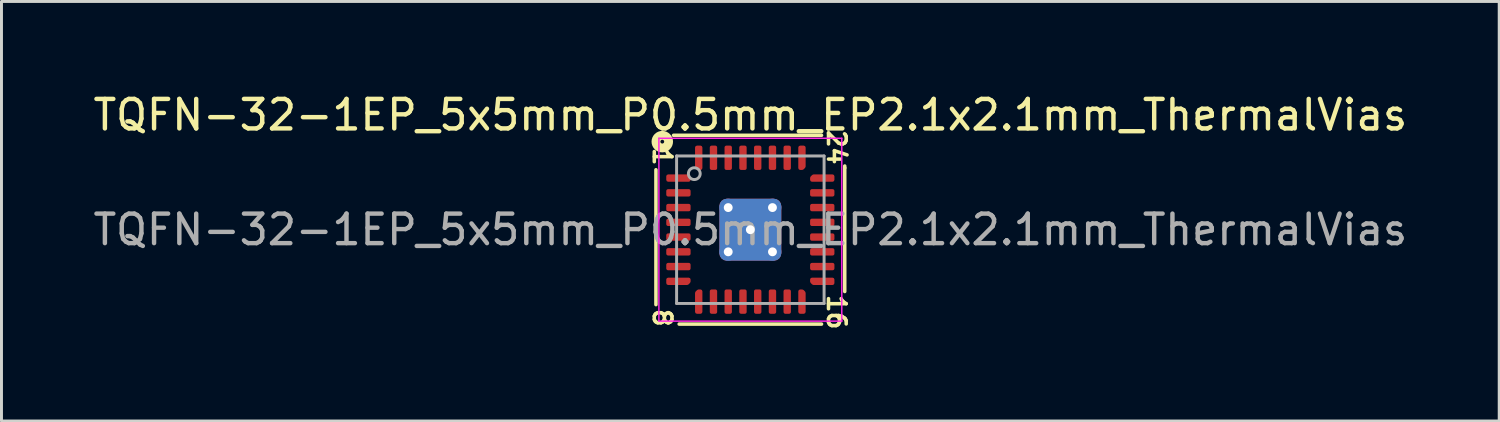
<source format=kicad_pcb>
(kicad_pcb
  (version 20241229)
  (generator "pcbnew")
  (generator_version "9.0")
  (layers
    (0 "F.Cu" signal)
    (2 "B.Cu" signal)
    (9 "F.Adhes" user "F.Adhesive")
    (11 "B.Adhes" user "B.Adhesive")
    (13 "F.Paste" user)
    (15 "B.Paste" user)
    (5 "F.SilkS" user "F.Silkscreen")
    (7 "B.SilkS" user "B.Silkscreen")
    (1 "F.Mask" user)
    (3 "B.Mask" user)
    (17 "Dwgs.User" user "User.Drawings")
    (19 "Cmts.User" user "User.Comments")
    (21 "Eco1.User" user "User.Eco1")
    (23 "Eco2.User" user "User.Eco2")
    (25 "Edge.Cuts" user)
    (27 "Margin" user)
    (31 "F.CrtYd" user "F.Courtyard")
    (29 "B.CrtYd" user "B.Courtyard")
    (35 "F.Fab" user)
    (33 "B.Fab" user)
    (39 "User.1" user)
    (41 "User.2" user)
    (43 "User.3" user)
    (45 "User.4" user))
  (footprint "TQFN-32-1EP_5x5mm_P0.5mm_EP2.1x2.1mm_ThermalVias"
    (layer "F.Cu")
    (at 22.387 4.737)
    (property "Reference" "TQFN-32-1EP_5x5mm_P0.5mm_EP2.1x2.1mm_ThermalVias" (at 0 -3.889 0) (layer "F.SilkS") (effects (font (size 1 1) (thickness 0.15))))
    (attr smd)
    (fp_line (start -3.2 -2.032) (end -3.2 2.54) (stroke (width 0.12) (type solid)) (layer "F.SilkS"))
    (fp_line (start -2.413 3.2) (end 2.413 3.2) (stroke (width 0.12) (type solid)) (layer "F.SilkS"))
    (fp_line (start 2.413 -3.2) (end -2.603 -3.2) (stroke (width 0.12) (type solid)) (layer "F.SilkS"))
    (fp_line (start 3.2 -2.095) (end 3.2 -2.159) (stroke (width 0.12) (type solid)) (layer "F.SilkS"))
    (fp_line (start 3.2 2.095) (end 3.2 -2.095) (stroke (width 0.12) (type solid)) (layer "F.SilkS"))
    (fp_circle (center -2.985 -2.985) (end -2.921 -2.985) (stroke (width 0.3) (type solid)) (fill no) (layer "F.SilkS"))
    (fp_line (start -3.1 -3.1) (end -3.1 3.1) (stroke (width 0.05) (type solid)) (layer "F.CrtYd"))
    (fp_line (start -3.1 3.1) (end 3.1 3.1) (stroke (width 0.05) (type solid)) (layer "F.CrtYd"))
    (fp_line (start 3.1 -3.1) (end -3.1 -3.1) (stroke (width 0.05) (type solid)) (layer "F.CrtYd"))
    (fp_line (start 3.1 3.1) (end 3.1 -3.1) (stroke (width 0.05) (type solid)) (layer "F.CrtYd"))
    (fp_line (start -2.5 -2.5) (end 2.5 -2.5) (stroke (width 0.1) (type solid)) (layer "F.Fab"))
    (fp_line (start -2.5 2.5) (end -2.5 -2.5) (stroke (width 0.1) (type solid)) (layer "F.Fab"))
    (fp_line (start 2.5 -2.5) (end 2.5 2.5) (stroke (width 0.1) (type solid)) (layer "F.Fab"))
    (fp_line (start 2.5 2.5) (end -2.5 2.5) (stroke (width 0.1) (type solid)) (layer "F.Fab"))
    (fp_circle (center -1.9 -1.9) (end -1.7 -1.9) (stroke (width 0.1) (type solid)) (fill no) (layer "F.Fab"))
    (fp_text user "24" (at 2.921 -2.794 270) (unlocked yes) (layer "F.SilkS") (effects (font (size 0.6 0.6) (thickness 0.12))))
    (fp_text user "1" (at -2.985 -2.477 270) (unlocked yes) (layer "F.SilkS") (effects (font (size 0.6 0.6) (thickness 0.12))))
    (fp_text user "8" (at -2.985 2.985 270) (unlocked yes) (layer "F.SilkS") (effects (font (size 0.6 0.6) (thickness 0.12))))
    (fp_text user "16" (at 2.921 2.794 270) (unlocked yes) (layer "F.SilkS") (effects (font (size 0.6 0.6) (thickness 0.12))))
    (fp_text user "${REFERENCE}" (at 0 0 0) (layer "F.Fab") (effects (font (size 1 1) (thickness 0.15))))
    (pad "" smd roundrect (at -0.5 -0.5) (size 0.8 0.8) (layers "F.Paste") (roundrect_rratio 0.25))
    (pad "" smd roundrect (at -0.5 0.5) (size 0.8 0.8) (layers "F.Paste") (roundrect_rratio 0.25))
    (pad "" smd roundrect (at 0.5 -0.5) (size 0.8 0.8) (layers "F.Paste") (roundrect_rratio 0.25))
    (pad "" smd roundrect (at 0.5 0.5) (size 0.8 0.8) (layers "F.Paste") (roundrect_rratio 0.25))
    (pad "1" smd custom (at -2.438 -1.75) (size 0.186 0.186) (layers "F.Cu" "F.Mask" "F.Paste") (options (anchor circle)) (primitives (gr_poly (pts (xy 0.35 -0.009) (xy 0.35 0.062) (xy -0.35 0.062) (xy -0.35 -0.062) (xy 0.297 -0.062)) (width 0.125) (fill yes))))
    (pad "2" smd roundrect (at -2.438 -1.25) (size 0.825 0.25) (layers "F.Cu" "F.Mask" "F.Paste") (roundrect_rratio 0.25))
    (pad "3" smd roundrect (at -2.438 -0.75) (size 0.825 0.25) (layers "F.Cu" "F.Mask" "F.Paste") (roundrect_rratio 0.25))
    (pad "4" smd roundrect (at -2.438 -0.25) (size 0.825 0.25) (layers "F.Cu" "F.Mask" "F.Paste") (roundrect_rratio 0.25))
    (pad "5" smd roundrect (at -2.438 0.25) (size 0.825 0.25) (layers "F.Cu" "F.Mask" "F.Paste") (roundrect_rratio 0.25))
    (pad "6" smd roundrect (at -2.438 0.75) (size 0.825 0.25) (layers "F.Cu" "F.Mask" "F.Paste") (roundrect_rratio 0.25))
    (pad "7" smd roundrect (at -2.438 1.25) (size 0.825 0.25) (layers "F.Cu" "F.Mask" "F.Paste") (roundrect_rratio 0.25))
    (pad "8" smd custom (at -2.438 1.75) (size 0.186 0.186) (layers "F.Cu" "F.Mask" "F.Paste") (options (anchor circle)) (primitives (gr_poly (pts (xy 0.35 0.009) (xy 0.297 0.062) (xy -0.35 0.062) (xy -0.35 -0.062) (xy 0.35 -0.062)) (width 0.125) (fill yes))))
    (pad "9" smd custom (at -1.75 2.438) (size 0.186 0.186) (layers "F.Cu" "F.Mask" "F.Paste") (options (anchor circle)) (primitives (gr_poly (pts (xy 0.062 0.35) (xy -0.062 0.35) (xy -0.062 -0.297) (xy -0.009 -0.35) (xy 0.062 -0.35)) (width 0.125) (fill yes))))
    (pad "10" smd roundrect (at -1.25 2.438) (size 0.25 0.825) (layers "F.Cu" "F.Mask" "F.Paste") (roundrect_rratio 0.25))
    (pad "11" smd roundrect (at -0.75 2.438) (size 0.25 0.825) (layers "F.Cu" "F.Mask" "F.Paste") (roundrect_rratio 0.25))
    (pad "12" smd roundrect (at -0.25 2.438) (size 0.25 0.825) (layers "F.Cu" "F.Mask" "F.Paste") (roundrect_rratio 0.25))
    (pad "13" smd roundrect (at 0.25 2.438) (size 0.25 0.825) (layers "F.Cu" "F.Mask" "F.Paste") (roundrect_rratio 0.25))
    (pad "14" smd roundrect (at 0.75 2.438) (size 0.25 0.825) (layers "F.Cu" "F.Mask" "F.Paste") (roundrect_rratio 0.25))
    (pad "15" smd roundrect (at 1.25 2.438) (size 0.25 0.825) (layers "F.Cu" "F.Mask" "F.Paste") (roundrect_rratio 0.25))
    (pad "16" smd custom (at 1.75 2.438) (size 0.186 0.186) (layers "F.Cu" "F.Mask" "F.Paste") (options (anchor circle)) (primitives (gr_poly (pts (xy 0.062 -0.297) (xy 0.062 0.35) (xy -0.062 0.35) (xy -0.062 -0.35) (xy 0.009 -0.35)) (width 0.125) (fill yes))))
    (pad "17" smd custom (at 2.438 1.75) (size 0.186 0.186) (layers "F.Cu" "F.Mask" "F.Paste") (options (anchor circle)) (primitives (gr_poly (pts (xy 0.35 0.062) (xy -0.297 0.062) (xy -0.35 0.009) (xy -0.35 -0.062) (xy 0.35 -0.062)) (width 0.125) (fill yes))))
    (pad "18" smd roundrect (at 2.438 1.25) (size 0.825 0.25) (layers "F.Cu" "F.Mask" "F.Paste") (roundrect_rratio 0.25))
    (pad "19" smd roundrect (at 2.438 0.75) (size 0.825 0.25) (layers "F.Cu" "F.Mask" "F.Paste") (roundrect_rratio 0.25))
    (pad "20" smd roundrect (at 2.438 0.25) (size 0.825 0.25) (layers "F.Cu" "F.Mask" "F.Paste") (roundrect_rratio 0.25))
    (pad "21" smd roundrect (at 2.438 -0.25) (size 0.825 0.25) (layers "F.Cu" "F.Mask" "F.Paste") (roundrect_rratio 0.25))
    (pad "22" smd roundrect (at 2.438 -0.75) (size 0.825 0.25) (layers "F.Cu" "F.Mask" "F.Paste") (roundrect_rratio 0.25))
    (pad "23" smd roundrect (at 2.438 -1.25) (size 0.825 0.25) (layers "F.Cu" "F.Mask" "F.Paste") (roundrect_rratio 0.25))
    (pad "24" smd custom (at 2.438 -1.75) (size 0.186 0.186) (layers "F.Cu" "F.Mask" "F.Paste") (options (anchor circle)) (primitives (gr_poly (pts (xy 0.35 0.062) (xy -0.35 0.062) (xy -0.35 -0.009) (xy -0.297 -0.062) (xy 0.35 -0.062)) (width 0.125) (fill yes))))
    (pad "25" smd custom (at 1.75 -2.438) (size 0.186 0.186) (layers "F.Cu" "F.Mask" "F.Paste") (options (anchor circle)) (primitives (gr_poly (pts (xy 0.062 0.297) (xy 0.009 0.35) (xy -0.062 0.35) (xy -0.062 -0.35) (xy 0.062 -0.35)) (width 0.125) (fill yes))))
    (pad "26" smd roundrect (at 1.25 -2.438) (size 0.25 0.825) (layers "F.Cu" "F.Mask" "F.Paste") (roundrect_rratio 0.25))
    (pad "27" smd roundrect (at 0.75 -2.438) (size 0.25 0.825) (layers "F.Cu" "F.Mask" "F.Paste") (roundrect_rratio 0.25))
    (pad "28" smd roundrect (at 0.25 -2.438) (size 0.25 0.825) (layers "F.Cu" "F.Mask" "F.Paste") (roundrect_rratio 0.25))
    (pad "29" smd roundrect (at -0.25 -2.438) (size 0.25 0.825) (layers "F.Cu" "F.Mask" "F.Paste") (roundrect_rratio 0.25))
    (pad "30" smd roundrect (at -0.75 -2.438) (size 0.25 0.825) (layers "F.Cu" "F.Mask" "F.Paste") (roundrect_rratio 0.25))
    (pad "31" smd roundrect (at -1.25 -2.438) (size 0.25 0.825) (layers "F.Cu" "F.Mask" "F.Paste") (roundrect_rratio 0.25))
    (pad "32" smd custom (at -1.75 -2.438) (size 0.186 0.186) (layers "F.Cu" "F.Mask" "F.Paste") (options (anchor circle)) (primitives (gr_poly (pts (xy 0.062 0.35) (xy -0.009 0.35) (xy -0.062 0.297) (xy -0.062 -0.35) (xy 0.062 -0.35)) (width 0.125) (fill yes))))
    (pad "33" thru_hole circle (at -0.75 -0.75) (size 0.6 0.6) (drill 0.3) (property pad_prop_heatsink) (layers "*.Cu"))
    (pad "33" thru_hole circle (at -0.75 0.75) (size 0.6 0.6) (drill 0.3) (property pad_prop_heatsink) (layers "*.Cu"))
    (pad "33" thru_hole circle (at 0 0) (size 0.6 0.6) (drill 0.3) (property pad_prop_heatsink) (layers "*.Cu"))
    (pad "33" smd roundrect (at 0 0) (size 2.1 2.1) (layers "F.Cu" "F.Mask") (roundrect_rratio 0.119))
    (pad "33" smd roundrect (at 0 0) (size 2.1 2.1) (layers "B.Cu" "B.Mask") (roundrect_rratio 0.119))
    (pad "33" thru_hole circle (at 0.75 -0.75) (size 0.6 0.6) (drill 0.3) (property pad_prop_heatsink) (layers "*.Cu"))
    (pad "33" thru_hole circle (at 0.75 0.75) (size 0.6 0.6) (drill 0.3) (property pad_prop_heatsink) (layers "*.Cu")))
  (gr_rect
    (start -3 -3)
    (end 47.774 11.222)
    (stroke (width 0.1) (type default))
    (fill no)
    (layer "Edge.Cuts")))
</source>
